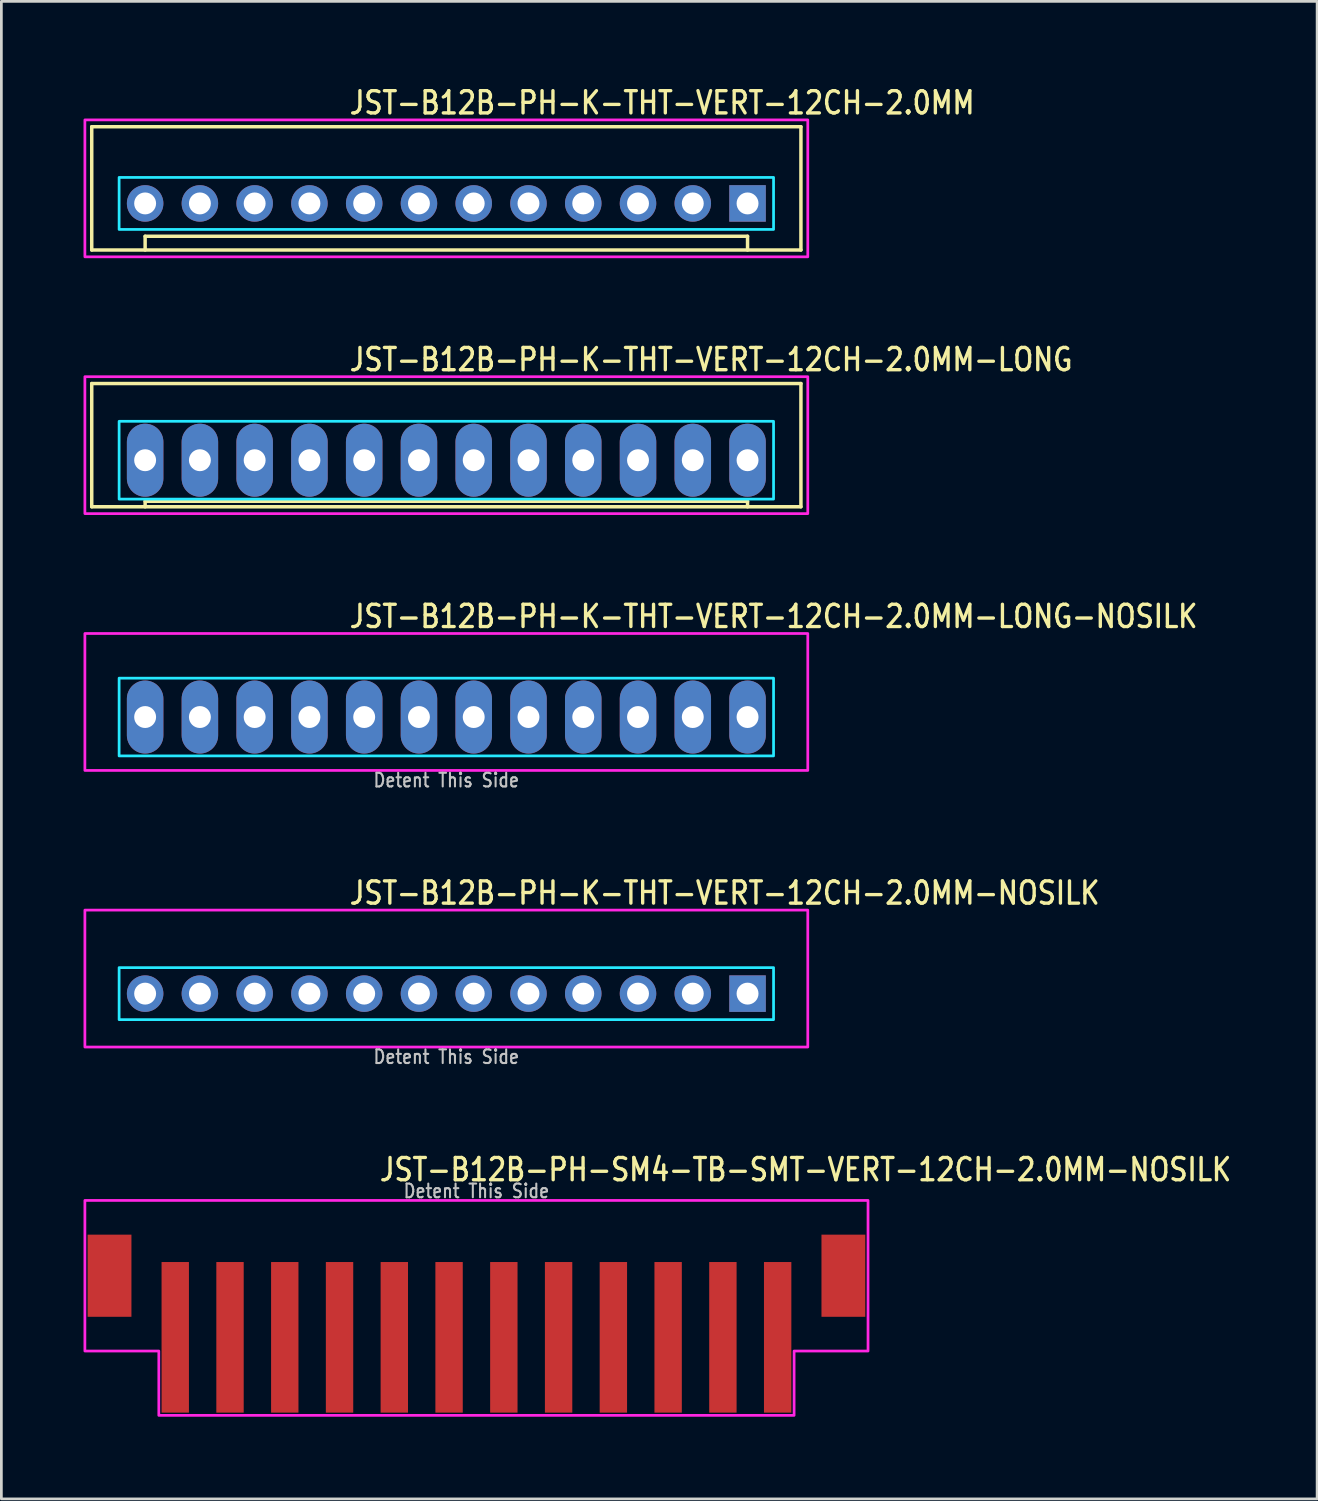
<source format=kicad_pcb>
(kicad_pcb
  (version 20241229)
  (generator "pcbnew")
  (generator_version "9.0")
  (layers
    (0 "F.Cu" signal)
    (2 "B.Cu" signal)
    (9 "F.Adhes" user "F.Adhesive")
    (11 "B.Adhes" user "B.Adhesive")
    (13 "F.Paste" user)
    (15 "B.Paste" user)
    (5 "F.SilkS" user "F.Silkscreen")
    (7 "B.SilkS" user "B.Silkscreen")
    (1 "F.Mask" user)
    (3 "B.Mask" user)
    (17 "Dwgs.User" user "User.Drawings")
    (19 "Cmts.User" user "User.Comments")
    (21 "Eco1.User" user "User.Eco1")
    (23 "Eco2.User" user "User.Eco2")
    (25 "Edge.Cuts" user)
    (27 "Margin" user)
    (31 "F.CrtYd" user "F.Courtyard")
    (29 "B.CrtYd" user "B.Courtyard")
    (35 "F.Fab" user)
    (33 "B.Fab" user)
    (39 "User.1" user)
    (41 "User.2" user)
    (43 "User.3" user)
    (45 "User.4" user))
  (footprint "JST-B12B-PH-K-THT-VERT-12CH-2.0MM-NOSILK"
    (layer "F.Cu")
    (at 13.25 33.237)
    (property "Reference" "JST-B12B-PH-K-THT-VERT-12CH-2.0MM-NOSILK" (at -3.6 -3.2 0) (unlocked yes) (layer "F.SilkS") (effects (font (size 0.813 0.695) (thickness 0.122)) (justify left bottom)))
    (fp_poly (pts (xy -11.95 -0.95) (xy -11.95 0.95) (xy 11.95 0.95) (xy 11.95 -0.95)) (stroke (width 0.1) (type solid)) (fill no) (layer "B.CrtYd"))
    (fp_poly (pts (xy -13.2 1.95) (xy -13.2 -3.05) (xy 13.2 -3.05) (xy 13.2 1.95)) (stroke (width 0.1) (type solid)) (fill no) (layer "F.CrtYd"))
    (fp_text user "Detent This Side" (at 0 2.6 0) (unlocked yes) (layer "Dwgs.User") (effects (font (size 0.5 0.427) (thickness 0.075)) (justify bottom)))
    (pad "P$1" thru_hole rect (at 11 0) (size 1.333 1.333) (drill 0.8) (layers "*.Cu" "*.Mask"))
    (pad "P$2" thru_hole oval (at 9 0) (size 1.333 1.333) (drill 0.8) (layers "*.Cu" "*.Mask"))
    (pad "P$3" thru_hole oval (at 7 0) (size 1.333 1.333) (drill 0.8) (layers "*.Cu" "*.Mask"))
    (pad "P$4" thru_hole oval (at 5 0) (size 1.333 1.333) (drill 0.8) (layers "*.Cu" "*.Mask"))
    (pad "P$5" thru_hole oval (at 3 0) (size 1.333 1.333) (drill 0.8) (layers "*.Cu" "*.Mask"))
    (pad "P$6" thru_hole oval (at 1 0) (size 1.333 1.333) (drill 0.8) (layers "*.Cu" "*.Mask"))
    (pad "P$7" thru_hole oval (at -1 0) (size 1.333 1.333) (drill 0.8) (layers "*.Cu" "*.Mask"))
    (pad "P$8" thru_hole oval (at -3 0) (size 1.333 1.333) (drill 0.8) (layers "*.Cu" "*.Mask"))
    (pad "P$9" thru_hole oval (at -5 0) (size 1.333 1.333) (drill 0.8) (layers "*.Cu" "*.Mask"))
    (pad "P$10" thru_hole oval (at -7 0) (size 1.333 1.333) (drill 0.8) (layers "*.Cu" "*.Mask"))
    (pad "P$11" thru_hole oval (at -9 0) (size 1.333 1.333) (drill 0.8) (layers "*.Cu" "*.Mask"))
    (pad "P$12" thru_hole oval (at -11 0) (size 1.333 1.333) (drill 0.8) (layers "*.Cu" "*.Mask")))
  (footprint "JST-B12B-PH-SM4-TB-SMT-VERT-12CH-2.0MM-NOSILK"
    (layer "F.Cu")
    (at 14.35 43.539)
    (property "Reference" "JST-B12B-PH-SM4-TB-SMT-VERT-12CH-2.0MM-NOSILK" (at -3.6 -3.4 0) (unlocked yes) (layer "F.SilkS") (effects (font (size 0.813 0.695) (thickness 0.122)) (justify left bottom)))
    (fp_poly (pts (xy -14.3 -2.75) (xy -14.3 2.75) (xy -11.6 2.75) (xy -11.6 5.1) (xy 11.6 5.1) (xy 11.6 2.75) (xy 14.3 2.75) (xy 14.3 -2.75)) (stroke (width 0.1) (type solid)) (fill no) (layer "F.CrtYd"))
    (fp_text user "Detent This Side" (at 0 -2.8 0) (unlocked yes) (layer "Dwgs.User") (effects (font (size 0.5 0.427) (thickness 0.075)) (justify bottom)))
    (pad "P$1" smd rect (at -11 2.25) (size 1 5.5) (layers "F.Cu" "F.Mask" "F.Paste"))
    (pad "P$2" smd rect (at -9 2.25) (size 1 5.5) (layers "F.Cu" "F.Mask" "F.Paste"))
    (pad "P$3" smd rect (at -7 2.25) (size 1 5.5) (layers "F.Cu" "F.Mask" "F.Paste"))
    (pad "P$4" smd rect (at -5 2.25) (size 1 5.5) (layers "F.Cu" "F.Mask" "F.Paste"))
    (pad "P$5" smd rect (at -3 2.25) (size 1 5.5) (layers "F.Cu" "F.Mask" "F.Paste"))
    (pad "P$6" smd rect (at -1 2.25) (size 1 5.5) (layers "F.Cu" "F.Mask" "F.Paste"))
    (pad "P$7" smd rect (at 1 2.25) (size 1 5.5) (layers "F.Cu" "F.Mask" "F.Paste"))
    (pad "P$8" smd rect (at 3 2.25) (size 1 5.5) (layers "F.Cu" "F.Mask" "F.Paste"))
    (pad "P$9" smd rect (at 5 2.25) (size 1 5.5) (layers "F.Cu" "F.Mask" "F.Paste"))
    (pad "P$10" smd rect (at 7 2.25) (size 1 5.5) (layers "F.Cu" "F.Mask" "F.Paste"))
    (pad "P$11" smd rect (at 9 2.25) (size 1 5.5) (layers "F.Cu" "F.Mask" "F.Paste"))
    (pad "P$12" smd rect (at 11 2.25) (size 1 5.5) (layers "F.Cu" "F.Mask" "F.Paste"))
    (pad "S$1" smd rect (at -13.4 0) (size 1.6 3) (layers "F.Cu" "F.Mask" "F.Paste"))
    (pad "S$2" smd rect (at 13.4 0) (size 1.6 3) (layers "F.Cu" "F.Mask" "F.Paste")))
  (footprint "JST-B12B-PH-K-THT-VERT-12CH-2.0MM-LONG"
    (layer "F.Cu")
    (at 13.25 13.757)
    (property "Reference" "JST-B12B-PH-K-THT-VERT-12CH-2.0MM-LONG" (at -3.6 -3.2 0) (unlocked yes) (layer "F.SilkS") (effects (font (size 0.813 0.695) (thickness 0.122)) (justify left bottom)))
    (fp_line (start -12.95 -2.8) (end -12.95 1.7) (stroke (width 0.127) (type solid)) (layer "F.SilkS"))
    (fp_line (start -12.95 -2.8) (end 12.95 -2.8) (stroke (width 0.127) (type solid)) (layer "F.SilkS"))
    (fp_line (start -12.95 1.7) (end 12.95 1.7) (stroke (width 0.127) (type solid)) (layer "F.SilkS"))
    (fp_line (start -11 1.7) (end -11 1.5) (stroke (width 0.127) (type solid)) (layer "F.SilkS"))
    (fp_line (start 11 1.5) (end -11 1.5) (stroke (width 0.127) (type solid)) (layer "F.SilkS"))
    (fp_line (start 11 1.7) (end 11 1.5) (stroke (width 0.127) (type solid)) (layer "F.SilkS"))
    (fp_line (start 12.95 1.7) (end 12.95 -2.8) (stroke (width 0.127) (type solid)) (layer "F.SilkS"))
    (fp_poly (pts (xy -11.95 -1.42) (xy -11.95 1.42) (xy 11.95 1.42) (xy 11.95 -1.42)) (stroke (width 0.1) (type solid)) (fill no) (layer "B.CrtYd"))
    (fp_poly (pts (xy -13.2 1.95) (xy -13.2 -3.05) (xy 13.2 -3.05) (xy 13.2 1.95)) (stroke (width 0.1) (type solid)) (fill no) (layer "F.CrtYd"))
    (pad "P$1" thru_hole oval (at 11 0 90) (size 2.667 1.333) (drill 0.8) (layers "*.Cu" "*.Mask"))
    (pad "P$2" thru_hole oval (at 9 0 90) (size 2.667 1.333) (drill 0.8) (layers "*.Cu" "*.Mask"))
    (pad "P$3" thru_hole oval (at 7 0 90) (size 2.667 1.333) (drill 0.8) (layers "*.Cu" "*.Mask"))
    (pad "P$4" thru_hole oval (at 5 0 90) (size 2.667 1.333) (drill 0.8) (layers "*.Cu" "*.Mask"))
    (pad "P$5" thru_hole oval (at 3 0 90) (size 2.667 1.333) (drill 0.8) (layers "*.Cu" "*.Mask"))
    (pad "P$6" thru_hole oval (at 1 0 90) (size 2.667 1.333) (drill 0.8) (layers "*.Cu" "*.Mask"))
    (pad "P$7" thru_hole oval (at -1 0 90) (size 2.667 1.333) (drill 0.8) (layers "*.Cu" "*.Mask"))
    (pad "P$8" thru_hole oval (at -3 0 90) (size 2.667 1.333) (drill 0.8) (layers "*.Cu" "*.Mask"))
    (pad "P$9" thru_hole oval (at -5 0 90) (size 2.667 1.333) (drill 0.8) (layers "*.Cu" "*.Mask"))
    (pad "P$10" thru_hole oval (at -7 0 90) (size 2.667 1.333) (drill 0.8) (layers "*.Cu" "*.Mask"))
    (pad "P$11" thru_hole oval (at -9 0 90) (size 2.667 1.333) (drill 0.8) (layers "*.Cu" "*.Mask"))
    (pad "P$12" thru_hole oval (at -11 0 90) (size 2.667 1.333) (drill 0.8) (layers "*.Cu" "*.Mask")))
  (footprint "JST-B12B-PH-K-THT-VERT-12CH-2.0MM-LONG-NOSILK"
    (layer "F.Cu")
    (at 13.25 23.136)
    (property "Reference" "JST-B12B-PH-K-THT-VERT-12CH-2.0MM-LONG-NOSILK" (at -3.6 -3.2 0) (unlocked yes) (layer "F.SilkS") (effects (font (size 0.813 0.695) (thickness 0.122)) (justify left bottom)))
    (fp_poly (pts (xy -11.95 -1.42) (xy -11.95 1.42) (xy 11.95 1.42) (xy 11.95 -1.42)) (stroke (width 0.1) (type solid)) (fill no) (layer "B.CrtYd"))
    (fp_poly (pts (xy -13.2 1.95) (xy -13.2 -3.05) (xy 13.2 -3.05) (xy 13.2 1.95)) (stroke (width 0.1) (type solid)) (fill no) (layer "F.CrtYd"))
    (fp_text user "Detent This Side" (at 0 2.6 0) (unlocked yes) (layer "Dwgs.User") (effects (font (size 0.5 0.427) (thickness 0.075)) (justify bottom)))
    (pad "P$1" thru_hole oval (at 11 0 90) (size 2.667 1.333) (drill 0.8) (layers "*.Cu" "*.Mask"))
    (pad "P$2" thru_hole oval (at 9 0 90) (size 2.667 1.333) (drill 0.8) (layers "*.Cu" "*.Mask"))
    (pad "P$3" thru_hole oval (at 7 0 90) (size 2.667 1.333) (drill 0.8) (layers "*.Cu" "*.Mask"))
    (pad "P$4" thru_hole oval (at 5 0 90) (size 2.667 1.333) (drill 0.8) (layers "*.Cu" "*.Mask"))
    (pad "P$5" thru_hole oval (at 3 0 90) (size 2.667 1.333) (drill 0.8) (layers "*.Cu" "*.Mask"))
    (pad "P$6" thru_hole oval (at 1 0 90) (size 2.667 1.333) (drill 0.8) (layers "*.Cu" "*.Mask"))
    (pad "P$7" thru_hole oval (at -1 0 90) (size 2.667 1.333) (drill 0.8) (layers "*.Cu" "*.Mask"))
    (pad "P$8" thru_hole oval (at -3 0 90) (size 2.667 1.333) (drill 0.8) (layers "*.Cu" "*.Mask"))
    (pad "P$9" thru_hole oval (at -5 0 90) (size 2.667 1.333) (drill 0.8) (layers "*.Cu" "*.Mask"))
    (pad "P$10" thru_hole oval (at -7 0 90) (size 2.667 1.333) (drill 0.8) (layers "*.Cu" "*.Mask"))
    (pad "P$11" thru_hole oval (at -9 0 90) (size 2.667 1.333) (drill 0.8) (layers "*.Cu" "*.Mask"))
    (pad "P$12" thru_hole oval (at -11 0 90) (size 2.667 1.333) (drill 0.8) (layers "*.Cu" "*.Mask")))
  (footprint "JST-B12B-PH-K-THT-VERT-12CH-2.0MM"
    (layer "F.Cu")
    (at 13.25 4.379)
    (property "Reference" "JST-B12B-PH-K-THT-VERT-12CH-2.0MM" (at -3.6 -3.2 0) (unlocked yes) (layer "F.SilkS") (effects (font (size 0.813 0.695) (thickness 0.122)) (justify left bottom)))
    (fp_line (start -12.95 -2.8) (end -12.95 1.7) (stroke (width 0.127) (type solid)) (layer "F.SilkS"))
    (fp_line (start -12.95 -2.8) (end 12.95 -2.8) (stroke (width 0.127) (type solid)) (layer "F.SilkS"))
    (fp_line (start -12.95 1.7) (end 12.95 1.7) (stroke (width 0.127) (type solid)) (layer "F.SilkS"))
    (fp_line (start -11 1.7) (end -11 1.2) (stroke (width 0.127) (type solid)) (layer "F.SilkS"))
    (fp_line (start 11 1.2) (end -11 1.2) (stroke (width 0.127) (type solid)) (layer "F.SilkS"))
    (fp_line (start 11 1.7) (end 11 1.2) (stroke (width 0.127) (type solid)) (layer "F.SilkS"))
    (fp_line (start 12.95 1.7) (end 12.95 -2.8) (stroke (width 0.127) (type solid)) (layer "F.SilkS"))
    (fp_poly (pts (xy -11.95 -0.95) (xy -11.95 0.95) (xy 11.95 0.95) (xy 11.95 -0.95)) (stroke (width 0.1) (type solid)) (fill no) (layer "B.CrtYd"))
    (fp_poly (pts (xy -13.2 1.95) (xy -13.2 -3.05) (xy 13.2 -3.05) (xy 13.2 1.95)) (stroke (width 0.1) (type solid)) (fill no) (layer "F.CrtYd"))
    (pad "P$1" thru_hole rect (at 11 0) (size 1.333 1.333) (drill 0.8) (layers "*.Cu" "*.Mask"))
    (pad "P$2" thru_hole oval (at 9 0) (size 1.333 1.333) (drill 0.8) (layers "*.Cu" "*.Mask"))
    (pad "P$3" thru_hole oval (at 7 0) (size 1.333 1.333) (drill 0.8) (layers "*.Cu" "*.Mask"))
    (pad "P$4" thru_hole oval (at 5 0) (size 1.333 1.333) (drill 0.8) (layers "*.Cu" "*.Mask"))
    (pad "P$5" thru_hole oval (at 3 0) (size 1.333 1.333) (drill 0.8) (layers "*.Cu" "*.Mask"))
    (pad "P$6" thru_hole oval (at 1 0) (size 1.333 1.333) (drill 0.8) (layers "*.Cu" "*.Mask"))
    (pad "P$7" thru_hole oval (at -1 0) (size 1.333 1.333) (drill 0.8) (layers "*.Cu" "*.Mask"))
    (pad "P$8" thru_hole oval (at -3 0) (size 1.333 1.333) (drill 0.8) (layers "*.Cu" "*.Mask"))
    (pad "P$9" thru_hole oval (at -5 0) (size 1.333 1.333) (drill 0.8) (layers "*.Cu" "*.Mask"))
    (pad "P$10" thru_hole oval (at -7 0) (size 1.333 1.333) (drill 0.8) (layers "*.Cu" "*.Mask"))
    (pad "P$11" thru_hole oval (at -9 0) (size 1.333 1.333) (drill 0.8) (layers "*.Cu" "*.Mask"))
    (pad "P$12" thru_hole oval (at -11 0) (size 1.333 1.333) (drill 0.8) (layers "*.Cu" "*.Mask")))
  (gr_rect
    (start -3 -3)
    (end 45.051 51.689)
    (stroke (width 0.1) (type default))
    (fill no)
    (layer "Edge.Cuts")))
</source>
